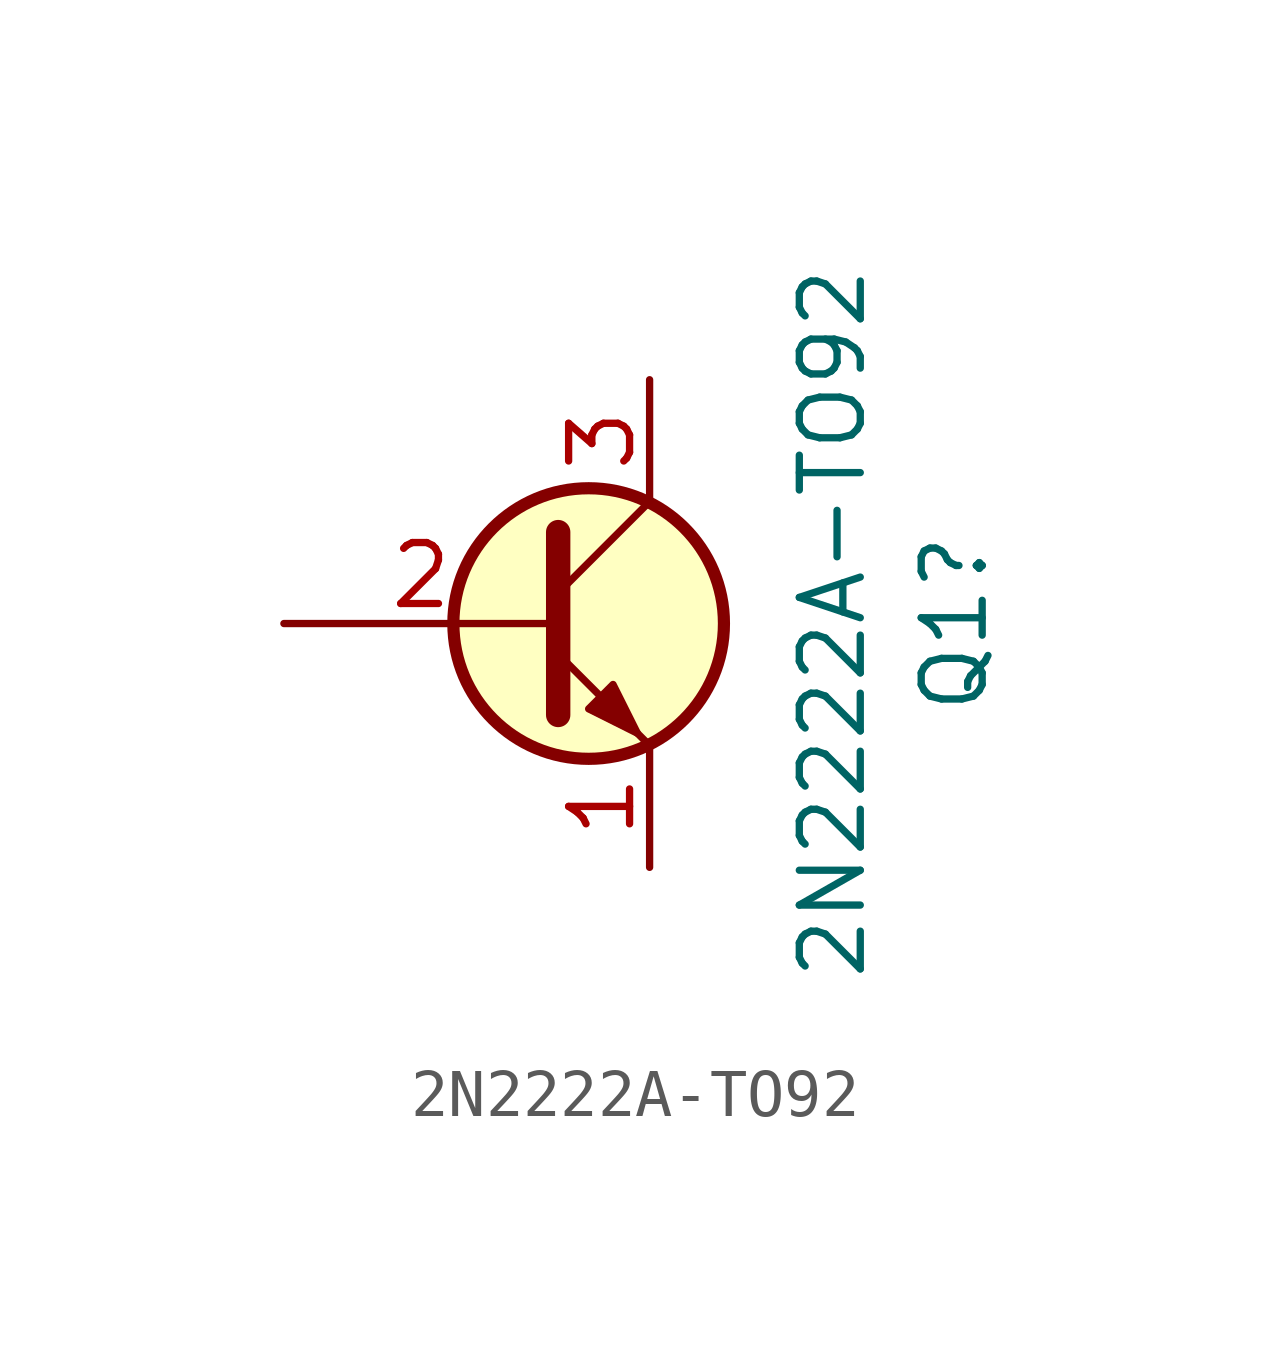
<source format=kicad_sym>
(kicad_symbol_lib
  (version 20241209)
  (generator "kicad_symbol_editor")
  (generator_version "9.0")
  (symbol "2N2222A-TO92"
    (pin_names
      (hide yes))
    (property "Reference" "Q1"
      (at 8.89 0 90)
      (effects (font (size 1.27 1.27))))
    (property "Value" "2N2222A-TO92"
      (at 6.35 0 90)
      (effects (font (size 1.27 1.27))))
    (symbol "2N2222A-TO92_0_1"
      (polyline (pts (xy 0.635 1.905) (xy 0.635 -1.905) (xy 0.635 -1.905)) (stroke (width 0.508) (type default)) (fill (type none)))
      (polyline (pts (xy 0.635 0.635) (xy 2.54 2.54)) (stroke (width 0) (type default)) (fill (type none)))
      (polyline (pts (xy 0.635 -0.635) (xy 2.54 -2.54) (xy 2.54 -2.54)) (stroke (width 0) (type default)) (fill (type none)))
      (circle (center 1.27 0) (radius 2.819) (stroke (width 0.254) (type default)) (fill (type background)))
      (polyline (pts (xy 1.27 -1.778) (xy 1.778 -1.27) (xy 2.286 -2.286) (xy 1.27 -1.778) (xy 1.27 -1.778)) (stroke (width 0) (type default)) (fill (type outline))))
    (symbol "2N2222A-TO92_1_1"
      (pin passive line (at -5.08 0 0) (length 5.715) (name "B" (effects (font (size 1.27 1.27)))) (number "2" (effects (font (size 1.27 1.27)))))
      (pin passive line (at 2.54 5.08 270) (length 2.54) (name "C" (effects (font (size 1.27 1.27)))) (number "3" (effects (font (size 1.27 1.27)))))
      (pin passive line (at 2.54 -5.08 90) (length 2.54) (name "E" (effects (font (size 1.27 1.27)))) (number "1" (effects (font (size 1.27 1.27))))))))
</source>
